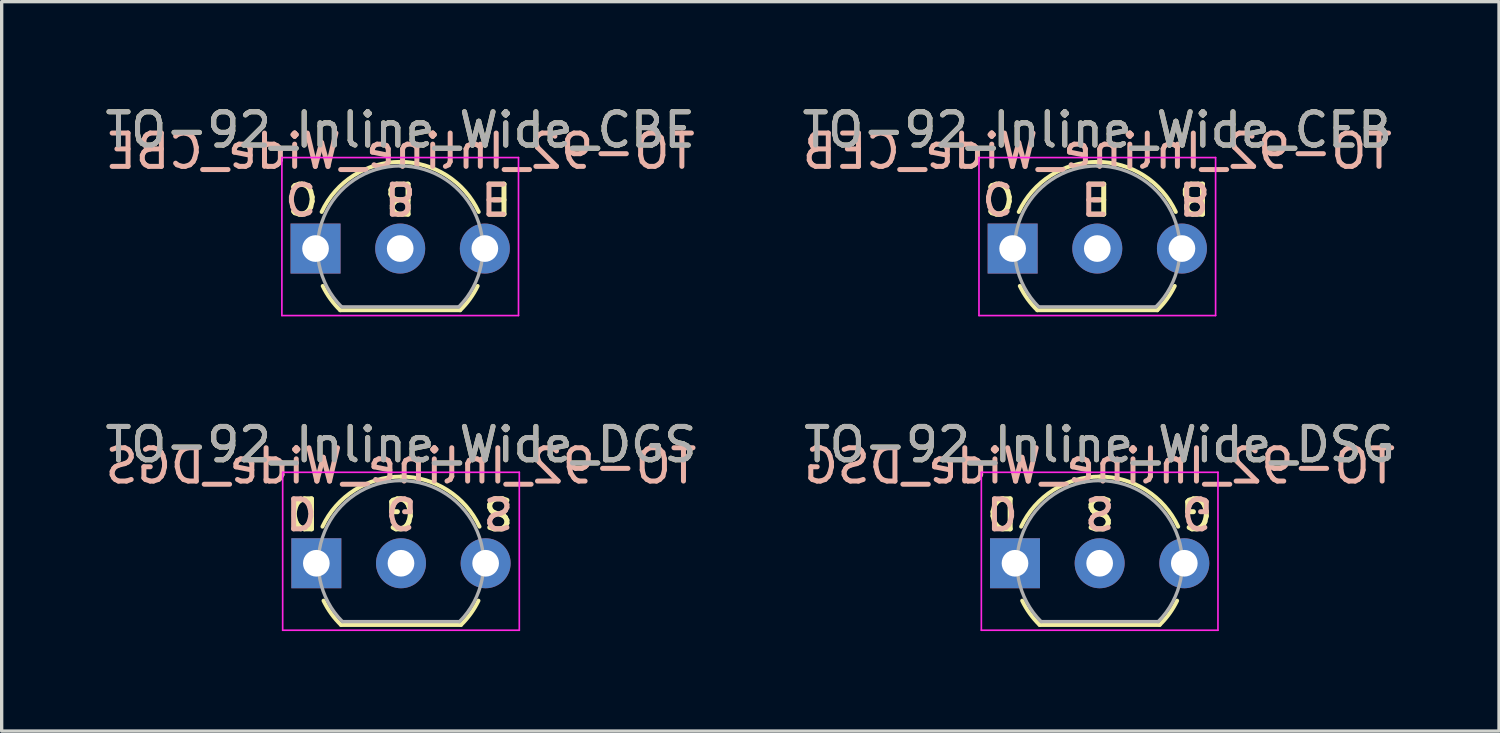
<source format=kicad_pcb>
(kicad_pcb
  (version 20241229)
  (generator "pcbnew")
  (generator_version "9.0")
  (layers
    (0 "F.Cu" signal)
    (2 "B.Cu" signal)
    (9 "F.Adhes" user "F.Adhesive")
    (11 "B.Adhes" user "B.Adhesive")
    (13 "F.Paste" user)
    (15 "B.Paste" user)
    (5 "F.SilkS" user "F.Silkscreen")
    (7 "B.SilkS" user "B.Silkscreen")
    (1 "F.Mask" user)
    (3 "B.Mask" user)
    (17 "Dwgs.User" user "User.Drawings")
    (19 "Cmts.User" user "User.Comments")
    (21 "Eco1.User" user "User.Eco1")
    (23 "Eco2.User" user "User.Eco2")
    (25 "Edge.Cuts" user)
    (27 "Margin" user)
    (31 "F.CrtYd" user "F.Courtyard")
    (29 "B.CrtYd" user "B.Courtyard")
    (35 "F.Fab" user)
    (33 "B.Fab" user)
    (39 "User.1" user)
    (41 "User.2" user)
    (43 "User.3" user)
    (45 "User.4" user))
  (footprint "TO-92_Inline_Wide_CBE"
    (layer "F.Cu")
    (at 6.418 4.408)
    (property "Reference" "TO-92_Inline_Wide_CBE" (at 2.54 -3.56 0) (layer "F.SilkS") (effects (font (size 1 1) (thickness 0.15))))
    (fp_line (start 0.74 1.85) (end 4.34 1.85) (stroke (width 0.12) (type solid)) (layer "F.SilkS"))
    (fp_arc (start 0.1836 -1.098807) (mid 1.143021 -2.192817) (end 2.54 -2.6) (stroke (width 0.12) (type solid)) (layer "F.SilkS"))
    (fp_arc (start 0.74 1.85) (mid 0.446097 1.509328) (end 0.215816 1.122795) (stroke (width 0.12) (type solid)) (layer "F.SilkS"))
    (fp_arc (start 2.54 -2.6) (mid 3.936979 -2.192818) (end 4.8964 -1.098807) (stroke (width 0.12) (type solid)) (layer "F.SilkS"))
    (fp_arc (start 4.864184 1.122795) (mid 4.633903 1.509328) (end 4.34 1.85) (stroke (width 0.12) (type solid)) (layer "F.SilkS"))
    (fp_line (start -1.01 -2.73) (end -1.01 2.01) (stroke (width 0.05) (type solid)) (layer "F.CrtYd"))
    (fp_line (start -1.01 -2.73) (end 6.09 -2.73) (stroke (width 0.05) (type solid)) (layer "F.CrtYd"))
    (fp_line (start 6.09 2.01) (end -1.01 2.01) (stroke (width 0.05) (type solid)) (layer "F.CrtYd"))
    (fp_line (start 6.09 2.01) (end 6.09 -2.73) (stroke (width 0.05) (type solid)) (layer "F.CrtYd"))
    (fp_line (start 0.8 1.75) (end 4.3 1.75) (stroke (width 0.1) (type solid)) (layer "F.Fab"))
    (fp_arc (start 0.786375 1.753625) (mid 0.248779 -0.949055) (end 2.54 -2.48) (stroke (width 0.1) (type solid)) (layer "F.Fab"))
    (fp_arc (start 2.54 -2.48) (mid 4.831221 -0.949055) (end 4.293625 1.753625) (stroke (width 0.1) (type solid)) (layer "F.Fab"))
    (fp_text user "E" (at 5.461 -1.524 180) (unlocked yes) (layer "F.SilkS") (effects (font (size 0.9 0.9) (thickness 0.15))))
    (fp_text user "B" (at 2.54 -1.524 180) (unlocked yes) (layer "F.SilkS") (effects (font (size 0.9 0.9) (thickness 0.15))))
    (fp_text user "C" (at -0.381 -1.524 180) (unlocked yes) (layer "F.SilkS") (effects (font (size 0.9 0.9) (thickness 0.15))))
    (fp_text user "B" (at 2.54 -1.524 180) (unlocked yes) (layer "B.SilkS") (effects (font (size 0.9 0.9) (thickness 0.15)) (justify mirror)))
    (fp_text user "C" (at -0.445 -1.524 180) (unlocked yes) (layer "B.SilkS") (effects (font (size 0.9 0.9) (thickness 0.15)) (justify mirror)))
    (fp_text user "${REFERENCE}" (at 2.54 -2.921 0) (layer "B.SilkS") (effects (font (size 1 1) (thickness 0.15)) (justify mirror)))
    (fp_text user "E" (at 5.397 -1.524 180) (unlocked yes) (layer "B.SilkS") (effects (font (size 0.9 0.9) (thickness 0.15)) (justify mirror)))
    (fp_text user "${REFERENCE}" (at 2.54 -3.56 0) (layer "F.Fab") (effects (font (size 1 1) (thickness 0.15))))
    (pad "1" thru_hole rect (at 0 0 90) (size 1.5 1.5) (drill 0.8) (layers "*.Cu" "*.Mask"))
    (pad "2" thru_hole circle (at 2.54 0 90) (size 1.5 1.5) (drill 0.8) (layers "*.Cu" "*.Mask"))
    (pad "3" thru_hole circle (at 5.08 0 90) (size 1.5 1.5) (drill 0.8) (layers "*.Cu" "*.Mask")))
  (footprint "TO-92_Inline_Wide_DSG"
    (layer "F.Cu")
    (at 27.406 13.851)
    (property "Reference" "TO-92_Inline_Wide_DSG" (at 2.54 -3.56 0) (layer "F.SilkS") (effects (font (size 1 1) (thickness 0.15))))
    (fp_line (start 0.74 1.85) (end 4.34 1.85) (stroke (width 0.12) (type solid)) (layer "F.SilkS"))
    (fp_arc (start 0.1836 -1.098807) (mid 1.143021 -2.192817) (end 2.54 -2.6) (stroke (width 0.12) (type solid)) (layer "F.SilkS"))
    (fp_arc (start 0.74 1.85) (mid 0.446097 1.509328) (end 0.215816 1.122795) (stroke (width 0.12) (type solid)) (layer "F.SilkS"))
    (fp_arc (start 2.54 -2.6) (mid 3.936979 -2.192818) (end 4.8964 -1.098807) (stroke (width 0.12) (type solid)) (layer "F.SilkS"))
    (fp_arc (start 4.864184 1.122795) (mid 4.633903 1.509328) (end 4.34 1.85) (stroke (width 0.12) (type solid)) (layer "F.SilkS"))
    (fp_line (start -1.01 -2.73) (end -1.01 2.01) (stroke (width 0.05) (type solid)) (layer "F.CrtYd"))
    (fp_line (start -1.01 -2.73) (end 6.09 -2.73) (stroke (width 0.05) (type solid)) (layer "F.CrtYd"))
    (fp_line (start 6.09 2.01) (end -1.01 2.01) (stroke (width 0.05) (type solid)) (layer "F.CrtYd"))
    (fp_line (start 6.09 2.01) (end 6.09 -2.73) (stroke (width 0.05) (type solid)) (layer "F.CrtYd"))
    (fp_line (start 0.8 1.75) (end 4.3 1.75) (stroke (width 0.1) (type solid)) (layer "F.Fab"))
    (fp_arc (start 0.786375 1.753625) (mid 0.248779 -0.949055) (end 2.54 -2.48) (stroke (width 0.1) (type solid)) (layer "F.Fab"))
    (fp_arc (start 2.54 -2.48) (mid 4.831221 -0.949055) (end 4.293625 1.753625) (stroke (width 0.1) (type solid)) (layer "F.Fab"))
    (fp_text user "G" (at 5.461 -1.524 180) (unlocked yes) (layer "F.SilkS") (effects (font (size 0.9 0.9) (thickness 0.15))))
    (fp_text user "D" (at -0.381 -1.524 180) (unlocked yes) (layer "F.SilkS") (effects (font (size 0.9 0.9) (thickness 0.15))))
    (fp_text user "S" (at 2.54 -1.524 180) (unlocked yes) (layer "F.SilkS") (effects (font (size 0.9 0.9) (thickness 0.15))))
    (fp_text user "G" (at 5.461 -1.524 180) (unlocked yes) (layer "B.SilkS") (effects (font (size 0.9 0.9) (thickness 0.15)) (justify mirror)))
    (fp_text user "S" (at 2.54 -1.524 180) (unlocked yes) (layer "B.SilkS") (effects (font (size 0.9 0.9) (thickness 0.15)) (justify mirror)))
    (fp_text user "D" (at -0.381 -1.524 180) (unlocked yes) (layer "B.SilkS") (effects (font (size 0.9 0.9) (thickness 0.15)) (justify mirror)))
    (fp_text user "${REFERENCE}" (at 2.54 -2.921 0) (layer "B.SilkS") (effects (font (size 1 1) (thickness 0.15)) (justify mirror)))
    (fp_text user "${REFERENCE}" (at 2.54 -3.56 0) (layer "F.Fab") (effects (font (size 1 1) (thickness 0.15))))
    (pad "1" thru_hole rect (at 0 0 90) (size 1.5 1.5) (drill 0.8) (layers "*.Cu" "*.Mask"))
    (pad "2" thru_hole circle (at 2.54 0 90) (size 1.5 1.5) (drill 0.8) (layers "*.Cu" "*.Mask"))
    (pad "3" thru_hole circle (at 5.08 0 90) (size 1.5 1.5) (drill 0.8) (layers "*.Cu" "*.Mask")))
  (footprint "TO-92_Inline_Wide_DGS"
    (layer "F.Cu")
    (at 6.442 13.851)
    (property "Reference" "TO-92_Inline_Wide_DGS" (at 2.54 -3.56 0) (layer "F.SilkS") (effects (font (size 1 1) (thickness 0.15))))
    (fp_line (start 0.74 1.85) (end 4.34 1.85) (stroke (width 0.12) (type solid)) (layer "F.SilkS"))
    (fp_arc (start 0.1836 -1.098807) (mid 1.143021 -2.192817) (end 2.54 -2.6) (stroke (width 0.12) (type solid)) (layer "F.SilkS"))
    (fp_arc (start 0.74 1.85) (mid 0.446097 1.509328) (end 0.215816 1.122795) (stroke (width 0.12) (type solid)) (layer "F.SilkS"))
    (fp_arc (start 2.54 -2.6) (mid 3.936979 -2.192818) (end 4.8964 -1.098807) (stroke (width 0.12) (type solid)) (layer "F.SilkS"))
    (fp_arc (start 4.864184 1.122795) (mid 4.633903 1.509328) (end 4.34 1.85) (stroke (width 0.12) (type solid)) (layer "F.SilkS"))
    (fp_line (start -1.01 -2.73) (end -1.01 2.01) (stroke (width 0.05) (type solid)) (layer "F.CrtYd"))
    (fp_line (start -1.01 -2.73) (end 6.09 -2.73) (stroke (width 0.05) (type solid)) (layer "F.CrtYd"))
    (fp_line (start 6.09 2.01) (end -1.01 2.01) (stroke (width 0.05) (type solid)) (layer "F.CrtYd"))
    (fp_line (start 6.09 2.01) (end 6.09 -2.73) (stroke (width 0.05) (type solid)) (layer "F.CrtYd"))
    (fp_line (start 0.8 1.75) (end 4.3 1.75) (stroke (width 0.1) (type solid)) (layer "F.Fab"))
    (fp_arc (start 0.786375 1.753625) (mid 0.248779 -0.949055) (end 2.54 -2.48) (stroke (width 0.1) (type solid)) (layer "F.Fab"))
    (fp_arc (start 2.54 -2.48) (mid 4.831221 -0.949055) (end 4.293625 1.753625) (stroke (width 0.1) (type solid)) (layer "F.Fab"))
    (fp_text user "G" (at 2.54 -1.524 180) (unlocked yes) (layer "F.SilkS") (effects (font (size 0.9 0.9) (thickness 0.15))))
    (fp_text user "S" (at 5.461 -1.524 180) (unlocked yes) (layer "F.SilkS") (effects (font (size 0.9 0.9) (thickness 0.15))))
    (fp_text user "D" (at -0.381 -1.524 180) (unlocked yes) (layer "F.SilkS") (effects (font (size 0.9 0.9) (thickness 0.15))))
    (fp_text user "G" (at 2.54 -1.524 180) (unlocked yes) (layer "B.SilkS") (effects (font (size 0.9 0.9) (thickness 0.15)) (justify mirror)))
    (fp_text user "D" (at -0.445 -1.524 180) (unlocked yes) (layer "B.SilkS") (effects (font (size 0.9 0.9) (thickness 0.15)) (justify mirror)))
    (fp_text user "S" (at 5.461 -1.524 180) (unlocked yes) (layer "B.SilkS") (effects (font (size 0.9 0.9) (thickness 0.15)) (justify mirror)))
    (fp_text user "${REFERENCE}" (at 2.54 -2.921 0) (layer "B.SilkS") (effects (font (size 1 1) (thickness 0.15)) (justify mirror)))
    (fp_text user "${REFERENCE}" (at 2.54 -3.56 0) (layer "F.Fab") (effects (font (size 1 1) (thickness 0.15))))
    (pad "1" thru_hole rect (at 0 0 90) (size 1.5 1.5) (drill 0.8) (layers "*.Cu" "*.Mask"))
    (pad "2" thru_hole circle (at 2.54 0 90) (size 1.5 1.5) (drill 0.8) (layers "*.Cu" "*.Mask"))
    (pad "3" thru_hole circle (at 5.08 0 90) (size 1.5 1.5) (drill 0.8) (layers "*.Cu" "*.Mask")))
  (footprint "TO-92_Inline_Wide_CEB"
    (layer "F.Cu")
    (at 27.335 4.408)
    (property "Reference" "TO-92_Inline_Wide_CEB" (at 2.54 -3.56 0) (layer "F.SilkS") (effects (font (size 1 1) (thickness 0.15))))
    (fp_line (start 0.74 1.85) (end 4.34 1.85) (stroke (width 0.12) (type solid)) (layer "F.SilkS"))
    (fp_arc (start 0.1836 -1.098807) (mid 1.143021 -2.192817) (end 2.54 -2.6) (stroke (width 0.12) (type solid)) (layer "F.SilkS"))
    (fp_arc (start 0.74 1.85) (mid 0.446097 1.509328) (end 0.215816 1.122795) (stroke (width 0.12) (type solid)) (layer "F.SilkS"))
    (fp_arc (start 2.54 -2.6) (mid 3.936979 -2.192818) (end 4.8964 -1.098807) (stroke (width 0.12) (type solid)) (layer "F.SilkS"))
    (fp_arc (start 4.864184 1.122795) (mid 4.633903 1.509328) (end 4.34 1.85) (stroke (width 0.12) (type solid)) (layer "F.SilkS"))
    (fp_line (start -1.01 -2.73) (end -1.01 2.01) (stroke (width 0.05) (type solid)) (layer "F.CrtYd"))
    (fp_line (start -1.01 -2.73) (end 6.09 -2.73) (stroke (width 0.05) (type solid)) (layer "F.CrtYd"))
    (fp_line (start 6.09 2.01) (end -1.01 2.01) (stroke (width 0.05) (type solid)) (layer "F.CrtYd"))
    (fp_line (start 6.09 2.01) (end 6.09 -2.73) (stroke (width 0.05) (type solid)) (layer "F.CrtYd"))
    (fp_line (start 0.8 1.75) (end 4.3 1.75) (stroke (width 0.1) (type solid)) (layer "F.Fab"))
    (fp_arc (start 0.786375 1.753625) (mid 0.248779 -0.949055) (end 2.54 -2.48) (stroke (width 0.1) (type solid)) (layer "F.Fab"))
    (fp_arc (start 2.54 -2.48) (mid 4.831221 -0.949055) (end 4.293625 1.753625) (stroke (width 0.1) (type solid)) (layer "F.Fab"))
    (fp_text user "E" (at 2.54 -1.524 180) (unlocked yes) (layer "F.SilkS") (effects (font (size 0.9 0.9) (thickness 0.15))))
    (fp_text user "B" (at 5.461 -1.524 180) (unlocked yes) (layer "F.SilkS") (effects (font (size 0.9 0.9) (thickness 0.15))))
    (fp_text user "C" (at -0.381 -1.524 180) (unlocked yes) (layer "F.SilkS") (effects (font (size 0.9 0.9) (thickness 0.15))))
    (fp_text user "E" (at 2.477 -1.524 180) (unlocked yes) (layer "B.SilkS") (effects (font (size 0.9 0.9) (thickness 0.15)) (justify mirror)))
    (fp_text user "C" (at -0.445 -1.524 180) (unlocked yes) (layer "B.SilkS") (effects (font (size 0.9 0.9) (thickness 0.15)) (justify mirror)))
    (fp_text user "B" (at 5.461 -1.524 180) (unlocked yes) (layer "B.SilkS") (effects (font (size 0.9 0.9) (thickness 0.15)) (justify mirror)))
    (fp_text user "${REFERENCE}" (at 2.54 -2.921 0) (layer "B.SilkS") (effects (font (size 1 1) (thickness 0.15)) (justify mirror)))
    (fp_text user "${REFERENCE}" (at 2.54 -3.56 0) (layer "F.Fab") (effects (font (size 1 1) (thickness 0.15))))
    (pad "1" thru_hole rect (at 0 0 90) (size 1.5 1.5) (drill 0.8) (layers "*.Cu" "*.Mask"))
    (pad "2" thru_hole circle (at 2.54 0 90) (size 1.5 1.5) (drill 0.8) (layers "*.Cu" "*.Mask"))
    (pad "3" thru_hole circle (at 5.08 0 90) (size 1.5 1.5) (drill 0.8) (layers "*.Cu" "*.Mask")))
  (gr_rect
    (start -3 -3)
    (end 41.929 18.887)
    (stroke (width 0.1) (type default))
    (fill no)
    (layer "Edge.Cuts")))
</source>
